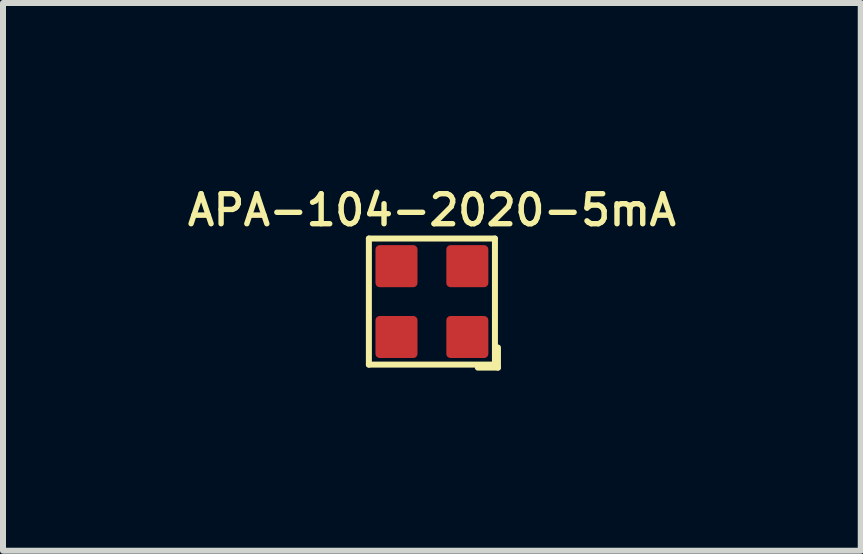
<source format=kicad_pcb>
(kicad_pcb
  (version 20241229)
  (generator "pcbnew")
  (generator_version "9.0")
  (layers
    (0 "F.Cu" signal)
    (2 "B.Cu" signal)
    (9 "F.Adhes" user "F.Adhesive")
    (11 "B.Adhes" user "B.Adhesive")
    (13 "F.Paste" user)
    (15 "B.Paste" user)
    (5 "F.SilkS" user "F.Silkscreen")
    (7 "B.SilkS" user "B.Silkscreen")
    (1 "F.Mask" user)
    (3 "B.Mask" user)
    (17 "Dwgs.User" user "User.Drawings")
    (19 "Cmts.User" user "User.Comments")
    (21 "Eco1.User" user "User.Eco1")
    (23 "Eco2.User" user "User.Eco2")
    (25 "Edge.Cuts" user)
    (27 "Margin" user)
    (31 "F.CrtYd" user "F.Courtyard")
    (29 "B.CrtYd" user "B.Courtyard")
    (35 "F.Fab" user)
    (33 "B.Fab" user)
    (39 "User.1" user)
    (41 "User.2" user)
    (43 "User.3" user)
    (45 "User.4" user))
  (footprint "APA-104-2020-5mA"
    (layer "F.Cu")
    (at 4.145 1.974)
    (property "Reference" "APA-104-2020-5mA" (at 0 -1.524 0) (layer "F.SilkS") (effects (font (size 0.5 0.5) (thickness 0.09))))
    (attr through_hole)
    (fp_line (start -1.05 -1.05) (end -1.05 1.05) (stroke (width 0.1) (type solid)) (layer "F.SilkS"))
    (fp_line (start -1.05 1.05) (end 1.05 1.05) (stroke (width 0.1) (type solid)) (layer "F.SilkS"))
    (fp_line (start 0.765 1.1) (end 1.1 1.1) (stroke (width 0.1) (type solid)) (layer "F.SilkS"))
    (fp_line (start 1.05 -1.05) (end -1.05 -1.05) (stroke (width 0.1) (type solid)) (layer "F.SilkS"))
    (fp_line (start 1.05 1.05) (end 1.05 -1.05) (stroke (width 0.1) (type solid)) (layer "F.SilkS"))
    (fp_line (start 1.1 1.1) (end 1.1 0.765) (stroke (width 0.1) (type solid)) (layer "F.SilkS"))
    (pad "1" smd roundrect (at 0.59 0.59) (size 0.7 0.7) (layers "F.Cu" "F.Mask" "F.Paste") (roundrect_rratio 0.1))
    (pad "2" smd roundrect (at 0.59 -0.59) (size 0.7 0.7) (layers "F.Cu" "F.Mask" "F.Paste") (roundrect_rratio 0.1))
    (pad "3" smd roundrect (at -0.59 -0.59) (size 0.7 0.7) (layers "F.Cu" "F.Mask" "F.Paste") (roundrect_rratio 0.1))
    (pad "4" smd roundrect (at -0.59 0.59) (size 0.7 0.7) (layers "F.Cu" "F.Mask" "F.Paste") (roundrect_rratio 0.1)))
  (gr_rect
    (start -3 -3)
    (end 11.289 6.124)
    (stroke (width 0.1) (type default))
    (fill no)
    (layer "Edge.Cuts")))
</source>
